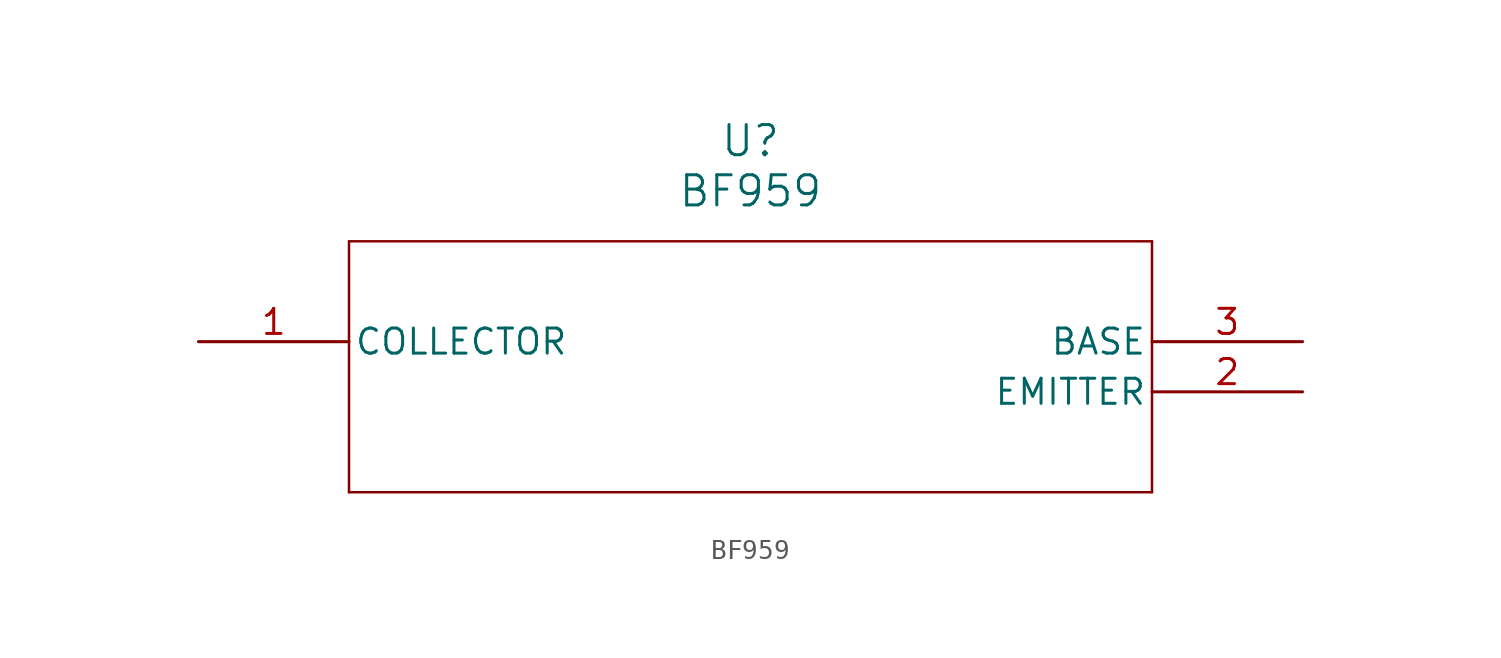
<source format=kicad_sym>
(kicad_symbol_lib
  (version 20211014)
  (generator kicad_symbol_editor)
  (symbol "BF959"
    (pin_names
      (offset 0.254))
    (property "Reference" "U"
      (at 27.94 10.16 0)
      (effects (font (size 1.524 1.524))))
    (property "Value" "BF959"
      (at 27.94 7.62 0)
      (effects (font (size 1.524 1.524))))
    (symbol "BF959_0_1"
      (polyline (pts (xy 7.62 5.08) (xy 7.62 -7.62)) (stroke (width 0.127) (type default) (color 0 0 0 0)) (fill (type none)))
      (polyline (pts (xy 7.62 -7.62) (xy 48.26 -7.62)) (stroke (width 0.127) (type default) (color 0 0 0 0)) (fill (type none)))
      (polyline (pts (xy 48.26 -7.62) (xy 48.26 5.08)) (stroke (width 0.127) (type default) (color 0 0 0 0)) (fill (type none)))
      (polyline (pts (xy 48.26 5.08) (xy 7.62 5.08)) (stroke (width 0.127) (type default) (color 0 0 0 0)) (fill (type none)))
      (pin unspecified line (at 0 0 0) (length 7.62) (name "COLLECTOR" (effects (font (size 1.27 1.27)))) (number "1" (effects (font (size 1.27 1.27)))))
      (pin unspecified line (at 55.88 -2.54 180) (length 7.62) (name "EMITTER" (effects (font (size 1.27 1.27)))) (number "2" (effects (font (size 1.27 1.27)))))
      (pin unspecified line (at 55.88 0 180) (length 7.62) (name "BASE" (effects (font (size 1.27 1.27)))) (number "3" (effects (font (size 1.27 1.27))))))))
</source>
